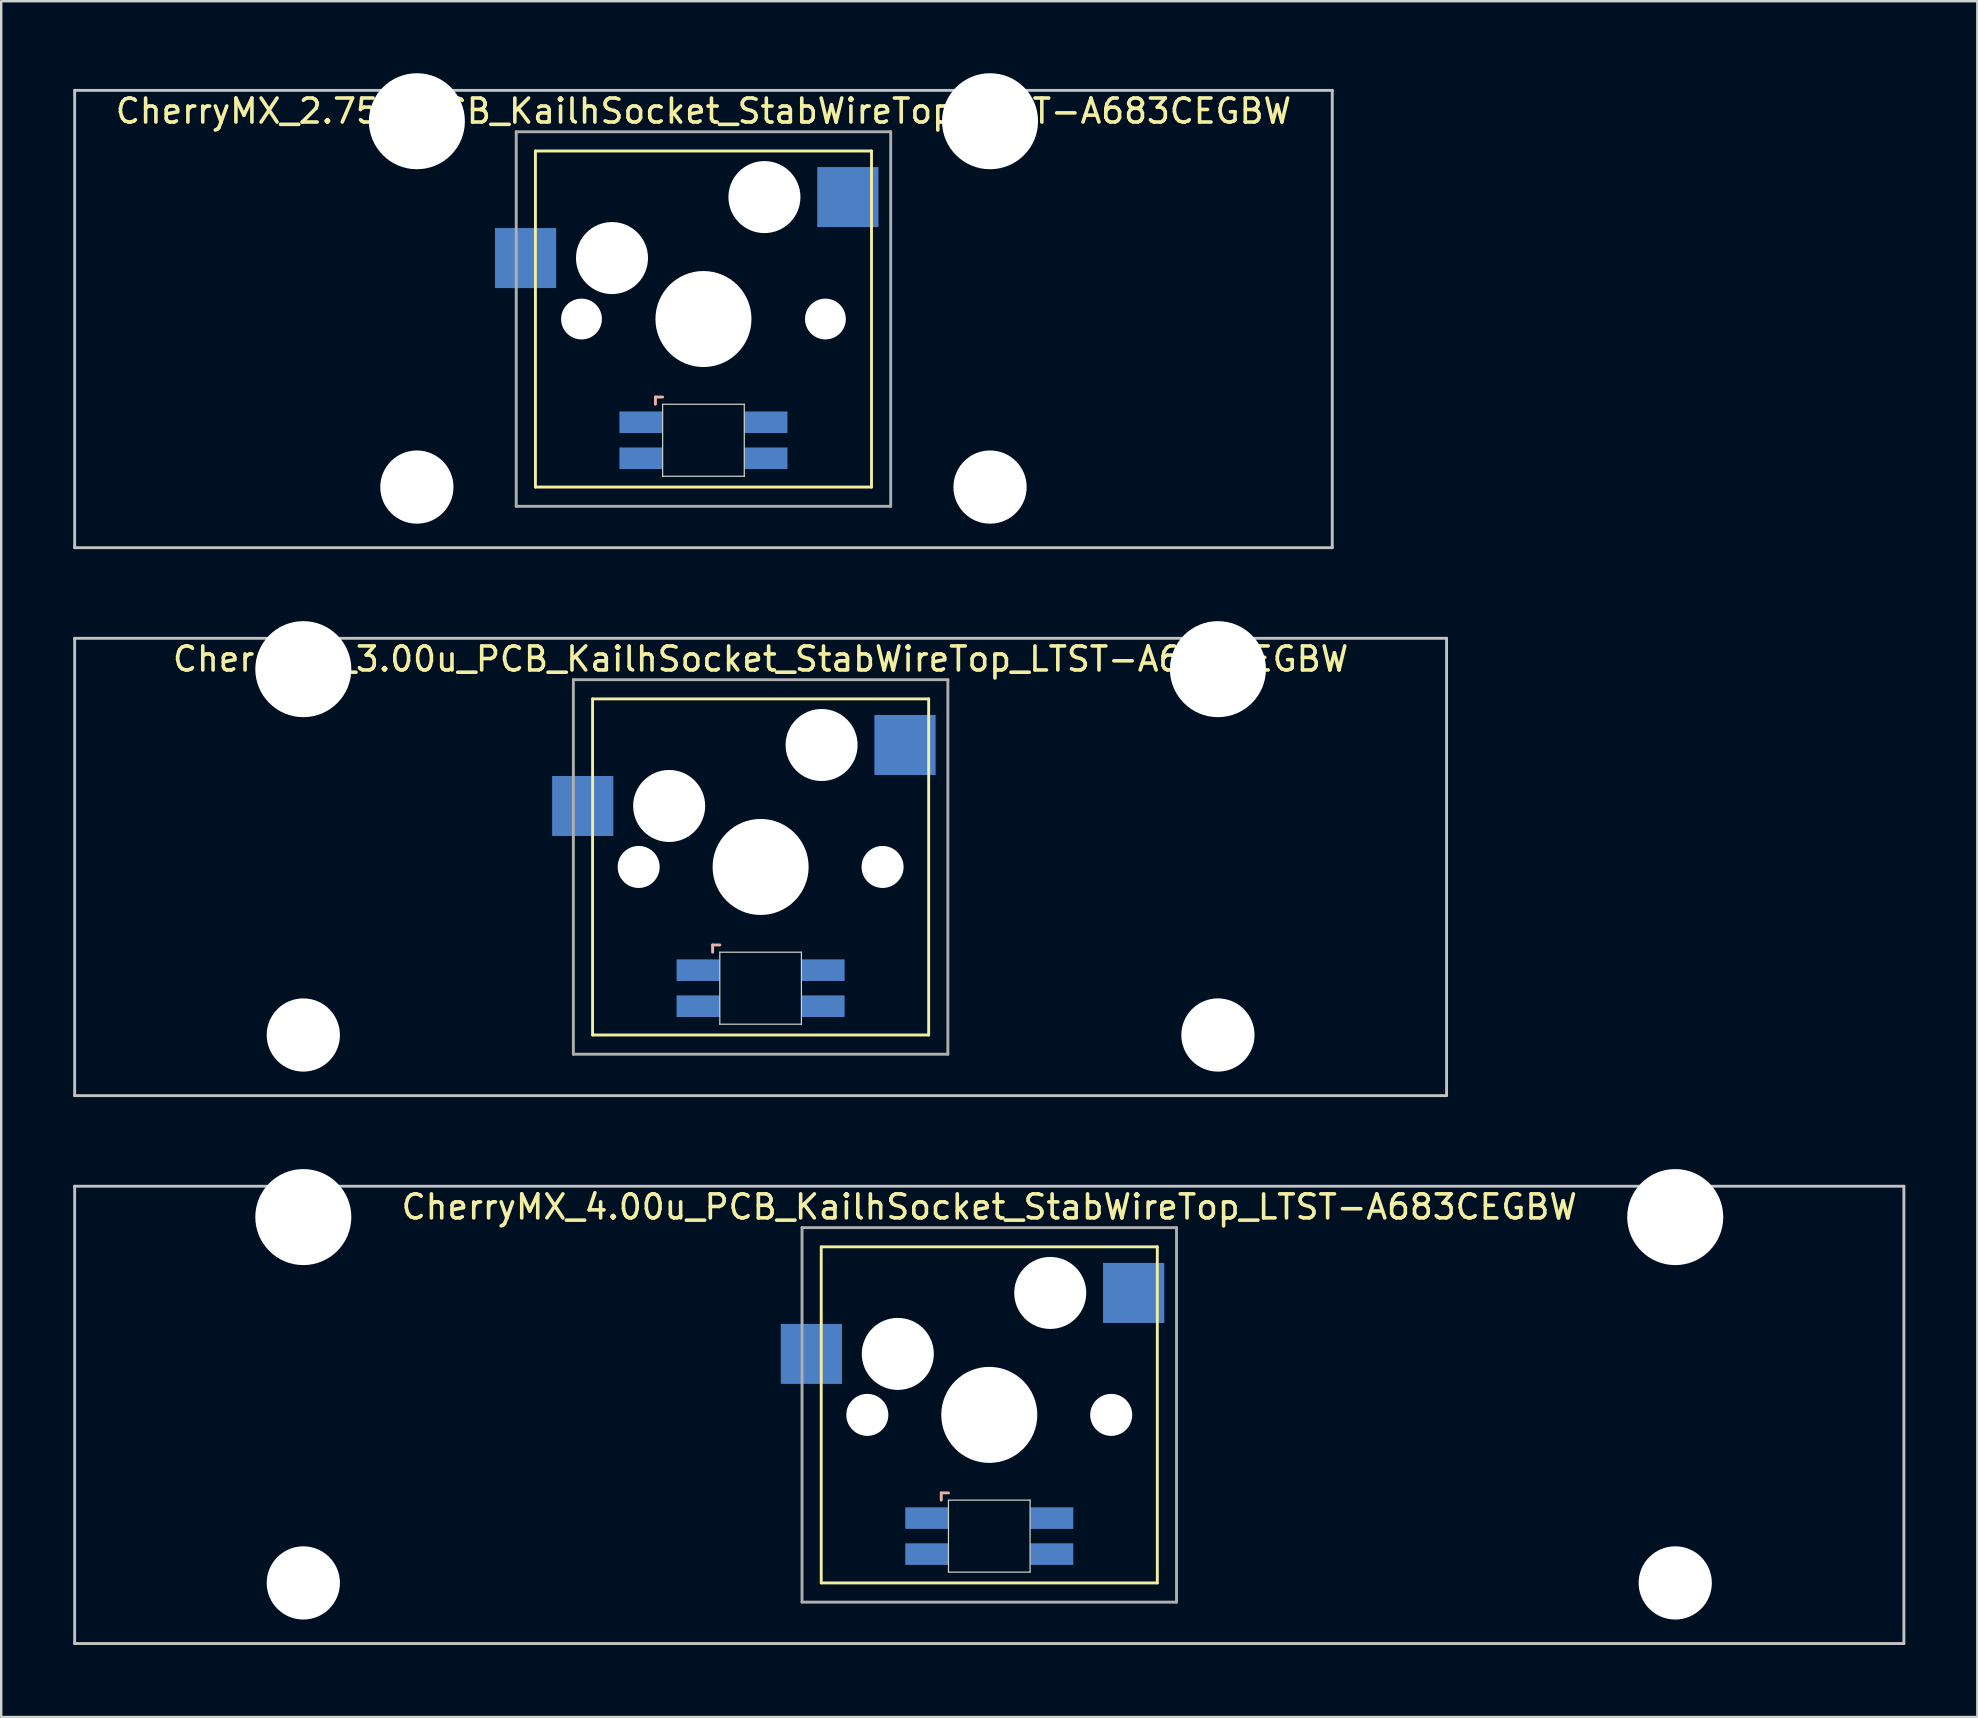
<source format=kicad_pcb>
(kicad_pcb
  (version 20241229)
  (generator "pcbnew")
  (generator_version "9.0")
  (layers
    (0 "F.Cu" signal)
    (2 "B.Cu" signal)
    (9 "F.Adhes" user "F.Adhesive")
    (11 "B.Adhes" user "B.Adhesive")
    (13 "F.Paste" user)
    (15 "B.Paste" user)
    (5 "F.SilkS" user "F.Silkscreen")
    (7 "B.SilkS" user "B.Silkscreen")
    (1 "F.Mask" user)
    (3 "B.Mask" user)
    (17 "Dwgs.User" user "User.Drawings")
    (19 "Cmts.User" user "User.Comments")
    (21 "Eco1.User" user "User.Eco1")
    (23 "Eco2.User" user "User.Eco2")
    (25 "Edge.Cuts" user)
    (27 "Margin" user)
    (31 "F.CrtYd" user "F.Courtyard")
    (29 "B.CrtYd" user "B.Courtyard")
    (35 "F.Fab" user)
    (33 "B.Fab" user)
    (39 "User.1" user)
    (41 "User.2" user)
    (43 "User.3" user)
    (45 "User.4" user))
  (footprint "CherryMX_2.75u_PCB_KailhSocket_StabWireTop_LTST-A683CEGBW"
    (layer "F.Cu")
    (at 26.254 10.24)
    (property "Reference" "CherryMX_2.75u_PCB_KailhSocket_StabWireTop_LTST-A683CEGBW" (at 0 -8.662 0) (layer "F.SilkS") (effects (font (size 1 1) (thickness 0.15))))
    (attr through_hole)
    (fp_line (start -7 -7) (end -7 7) (stroke (width 0.12) (type solid)) (layer "F.SilkS"))
    (fp_line (start -7 -7) (end 7 -7) (stroke (width 0.12) (type solid)) (layer "F.SilkS"))
    (fp_line (start 7 -7) (end 7 7) (stroke (width 0.12) (type solid)) (layer "F.SilkS"))
    (fp_line (start 7 7) (end -7 7) (stroke (width 0.12) (type solid)) (layer "F.SilkS"))
    (fp_line (start -2 3.25) (end -2 3.55) (stroke (width 0.12) (type solid)) (layer "B.SilkS"))
    (fp_line (start -1.7 3.25) (end -2 3.25) (stroke (width 0.12) (type solid)) (layer "B.SilkS"))
    (fp_line (start -26.194 -9.525) (end 26.194 -9.525) (stroke (width 0.12) (type solid)) (layer "Dwgs.User"))
    (fp_line (start -26.194 9.525) (end -26.194 -9.525) (stroke (width 0.12) (type solid)) (layer "Dwgs.User"))
    (fp_line (start 26.194 -9.525) (end 26.194 9.525) (stroke (width 0.12) (type solid)) (layer "Dwgs.User"))
    (fp_line (start 26.194 9.525) (end -26.194 9.525) (stroke (width 0.12) (type solid)) (layer "Dwgs.User"))
    (fp_line (start -1.7 3.55) (end 1.7 3.55) (stroke (width 0.05) (type solid)) (layer "Edge.Cuts"))
    (fp_line (start -1.7 6.55) (end -1.7 3.55) (stroke (width 0.05) (type solid)) (layer "Edge.Cuts"))
    (fp_line (start 1.7 3.55) (end 1.7 6.55) (stroke (width 0.05) (type solid)) (layer "Edge.Cuts"))
    (fp_line (start 1.7 6.55) (end -1.7 6.55) (stroke (width 0.05) (type solid)) (layer "Edge.Cuts"))
    (fp_line (start -7.8 -7.8) (end -7.8 7.8) (stroke (width 0.12) (type solid)) (layer "F.Fab"))
    (fp_line (start -7.8 -7.8) (end 7.8 -7.8) (stroke (width 0.12) (type solid)) (layer "F.Fab"))
    (fp_line (start -7.8 7.8) (end 7.8 7.8) (stroke (width 0.12) (type solid)) (layer "F.Fab"))
    (fp_line (start 7.8 -7.8) (end 7.8 7.8) (stroke (width 0.12) (type solid)) (layer "F.Fab"))
    (pad "" np_thru_hole circle (at -11.938 -8.24) (size 4 4) (drill 4) (layers "*.Cu" "*.Mask"))
    (pad "" np_thru_hole circle (at -11.938 7) (size 3.05 3.05) (drill 3.05) (layers "*.Cu" "*.Mask"))
    (pad "" np_thru_hole circle (at -5.08 0) (size 1.7 1.7) (drill 1.7) (layers "*.Cu" "*.Mask"))
    (pad "" np_thru_hole circle (at -3.81 -2.54) (size 3 3) (drill 3) (layers "*.Cu" "*.Mask"))
    (pad "" np_thru_hole circle (at 0 0) (size 4 4) (drill 4) (layers "*.Cu" "*.Mask"))
    (pad "" np_thru_hole circle (at 2.54 -5.08) (size 3 3) (drill 3) (layers "*.Cu" "*.Mask"))
    (pad "" np_thru_hole circle (at 5.08 0) (size 1.7 1.7) (drill 1.7) (layers "*.Cu" "*.Mask"))
    (pad "" np_thru_hole circle (at 11.938 -8.24) (size 4 4) (drill 4) (layers "*.Cu" "*.Mask"))
    (pad "" np_thru_hole circle (at 11.938 7) (size 3.05 3.05) (drill 3.05) (layers "*.Cu" "*.Mask"))
    (pad "1" smd rect (at -7.41 -2.54) (size 2.55 2.5) (layers "B.Cu" "B.Mask" "B.Paste"))
    (pad "2" smd rect (at 6.015 -5.08) (size 2.55 2.5) (layers "B.Cu" "B.Mask" "B.Paste"))
    (pad "3" smd rect (at -2.6 4.3) (size 1.8 0.9) (layers "B.Cu" "B.Mask" "B.Paste"))
    (pad "4" smd rect (at -2.6 5.8) (size 1.8 0.9) (layers "B.Cu" "B.Mask" "B.Paste"))
    (pad "5" smd rect (at 2.6 4.3) (size 1.8 0.9) (layers "B.Cu" "B.Mask" "B.Paste"))
    (pad "6" smd rect (at 2.6 5.8) (size 1.8 0.9) (layers "B.Cu" "B.Mask" "B.Paste")))
  (footprint "CherryMX_3.00u_PCB_KailhSocket_StabWireTop_LTST-A683CEGBW"
    (layer "F.Cu")
    (at 28.635 33.065)
    (property "Reference" "CherryMX_3.00u_PCB_KailhSocket_StabWireTop_LTST-A683CEGBW" (at 0 -8.662 0) (layer "F.SilkS") (effects (font (size 1 1) (thickness 0.15))))
    (attr through_hole)
    (fp_line (start -7 -7) (end -7 7) (stroke (width 0.12) (type solid)) (layer "F.SilkS"))
    (fp_line (start -7 -7) (end 7 -7) (stroke (width 0.12) (type solid)) (layer "F.SilkS"))
    (fp_line (start 7 -7) (end 7 7) (stroke (width 0.12) (type solid)) (layer "F.SilkS"))
    (fp_line (start 7 7) (end -7 7) (stroke (width 0.12) (type solid)) (layer "F.SilkS"))
    (fp_line (start -2 3.25) (end -2 3.55) (stroke (width 0.12) (type solid)) (layer "B.SilkS"))
    (fp_line (start -1.7 3.25) (end -2 3.25) (stroke (width 0.12) (type solid)) (layer "B.SilkS"))
    (fp_line (start -28.575 -9.525) (end 28.575 -9.525) (stroke (width 0.12) (type solid)) (layer "Dwgs.User"))
    (fp_line (start -28.575 9.525) (end -28.575 -9.525) (stroke (width 0.12) (type solid)) (layer "Dwgs.User"))
    (fp_line (start 28.575 -9.525) (end 28.575 9.525) (stroke (width 0.12) (type solid)) (layer "Dwgs.User"))
    (fp_line (start 28.575 9.525) (end -28.575 9.525) (stroke (width 0.12) (type solid)) (layer "Dwgs.User"))
    (fp_line (start -1.7 3.55) (end 1.7 3.55) (stroke (width 0.05) (type solid)) (layer "Edge.Cuts"))
    (fp_line (start -1.7 6.55) (end -1.7 3.55) (stroke (width 0.05) (type solid)) (layer "Edge.Cuts"))
    (fp_line (start 1.7 3.55) (end 1.7 6.55) (stroke (width 0.05) (type solid)) (layer "Edge.Cuts"))
    (fp_line (start 1.7 6.55) (end -1.7 6.55) (stroke (width 0.05) (type solid)) (layer "Edge.Cuts"))
    (fp_line (start -7.8 -7.8) (end -7.8 7.8) (stroke (width 0.12) (type solid)) (layer "F.Fab"))
    (fp_line (start -7.8 -7.8) (end 7.8 -7.8) (stroke (width 0.12) (type solid)) (layer "F.Fab"))
    (fp_line (start -7.8 7.8) (end 7.8 7.8) (stroke (width 0.12) (type solid)) (layer "F.Fab"))
    (fp_line (start 7.8 -7.8) (end 7.8 7.8) (stroke (width 0.12) (type solid)) (layer "F.Fab"))
    (pad "" np_thru_hole circle (at -19.05 -8.24) (size 4 4) (drill 4) (layers "*.Cu" "*.Mask"))
    (pad "" np_thru_hole circle (at -19.05 7) (size 3.05 3.05) (drill 3.05) (layers "*.Cu" "*.Mask"))
    (pad "" np_thru_hole circle (at -5.08 0) (size 1.75 1.75) (drill 1.75) (layers "*.Cu" "*.Mask"))
    (pad "" np_thru_hole circle (at -3.81 -2.54) (size 3 3) (drill 3) (layers "*.Cu" "*.Mask"))
    (pad "" np_thru_hole circle (at 0 0) (size 4 4) (drill 4) (layers "*.Cu" "*.Mask"))
    (pad "" np_thru_hole circle (at 2.54 -5.08) (size 3 3) (drill 3) (layers "*.Cu" "*.Mask"))
    (pad "" np_thru_hole circle (at 5.08 0) (size 1.75 1.75) (drill 1.75) (layers "*.Cu" "*.Mask"))
    (pad "" np_thru_hole circle (at 19.05 -8.24) (size 4 4) (drill 4) (layers "*.Cu" "*.Mask"))
    (pad "" np_thru_hole circle (at 19.05 7) (size 3.05 3.05) (drill 3.05) (layers "*.Cu" "*.Mask"))
    (pad "1" smd rect (at -7.41 -2.54) (size 2.55 2.5) (layers "B.Cu" "B.Mask" "B.Paste"))
    (pad "2" smd rect (at 6.015 -5.08) (size 2.55 2.5) (layers "B.Cu" "B.Mask" "B.Paste"))
    (pad "3" smd rect (at -2.6 4.3) (size 1.8 0.9) (layers "B.Cu" "B.Mask" "B.Paste"))
    (pad "4" smd rect (at -2.6 5.8) (size 1.8 0.9) (layers "B.Cu" "B.Mask" "B.Paste"))
    (pad "5" smd rect (at 2.6 4.3) (size 1.8 0.9) (layers "B.Cu" "B.Mask" "B.Paste"))
    (pad "6" smd rect (at 2.6 5.8) (size 1.8 0.9) (layers "B.Cu" "B.Mask" "B.Paste")))
  (footprint "CherryMX_4.00u_PCB_KailhSocket_StabWireTop_LTST-A683CEGBW"
    (layer "F.Cu")
    (at 38.16 55.89)
    (property "Reference" "CherryMX_4.00u_PCB_KailhSocket_StabWireTop_LTST-A683CEGBW" (at 0 -8.662 0) (layer "F.SilkS") (effects (font (size 1 1) (thickness 0.15))))
    (attr through_hole)
    (fp_line (start -7 -7) (end -7 7) (stroke (width 0.12) (type solid)) (layer "F.SilkS"))
    (fp_line (start -7 -7) (end 7 -7) (stroke (width 0.12) (type solid)) (layer "F.SilkS"))
    (fp_line (start 7 -7) (end 7 7) (stroke (width 0.12) (type solid)) (layer "F.SilkS"))
    (fp_line (start 7 7) (end -7 7) (stroke (width 0.12) (type solid)) (layer "F.SilkS"))
    (fp_line (start -2 3.25) (end -2 3.55) (stroke (width 0.12) (type solid)) (layer "B.SilkS"))
    (fp_line (start -1.7 3.25) (end -2 3.25) (stroke (width 0.12) (type solid)) (layer "B.SilkS"))
    (fp_line (start -38.1 -9.525) (end 38.1 -9.525) (stroke (width 0.12) (type solid)) (layer "Dwgs.User"))
    (fp_line (start -38.1 9.525) (end -38.1 -9.525) (stroke (width 0.12) (type solid)) (layer "Dwgs.User"))
    (fp_line (start 38.1 -9.525) (end 38.1 9.525) (stroke (width 0.12) (type solid)) (layer "Dwgs.User"))
    (fp_line (start 38.1 9.525) (end -38.1 9.525) (stroke (width 0.12) (type solid)) (layer "Dwgs.User"))
    (fp_line (start -1.7 3.55) (end 1.7 3.55) (stroke (width 0.05) (type solid)) (layer "Edge.Cuts"))
    (fp_line (start -1.7 6.55) (end -1.7 3.55) (stroke (width 0.05) (type solid)) (layer "Edge.Cuts"))
    (fp_line (start 1.7 3.55) (end 1.7 6.55) (stroke (width 0.05) (type solid)) (layer "Edge.Cuts"))
    (fp_line (start 1.7 6.55) (end -1.7 6.55) (stroke (width 0.05) (type solid)) (layer "Edge.Cuts"))
    (fp_line (start -7.8 -7.8) (end -7.8 7.8) (stroke (width 0.12) (type solid)) (layer "F.Fab"))
    (fp_line (start -7.8 -7.8) (end 7.8 -7.8) (stroke (width 0.12) (type solid)) (layer "F.Fab"))
    (fp_line (start -7.8 7.8) (end 7.8 7.8) (stroke (width 0.12) (type solid)) (layer "F.Fab"))
    (fp_line (start 7.8 -7.8) (end 7.8 7.8) (stroke (width 0.12) (type solid)) (layer "F.Fab"))
    (pad "" np_thru_hole circle (at -28.575 -8.24) (size 4 4) (drill 4) (layers "*.Cu" "*.Mask"))
    (pad "" np_thru_hole circle (at -28.575 7) (size 3.05 3.05) (drill 3.05) (layers "*.Cu" "*.Mask"))
    (pad "" np_thru_hole circle (at -5.08 0) (size 1.75 1.75) (drill 1.75) (layers "*.Cu" "*.Mask"))
    (pad "" np_thru_hole circle (at -3.81 -2.54) (size 3 3) (drill 3) (layers "*.Cu" "*.Mask"))
    (pad "" np_thru_hole circle (at 0 0) (size 4 4) (drill 4) (layers "*.Cu" "*.Mask"))
    (pad "" np_thru_hole circle (at 2.54 -5.08) (size 3 3) (drill 3) (layers "*.Cu" "*.Mask"))
    (pad "" np_thru_hole circle (at 5.08 0) (size 1.75 1.75) (drill 1.75) (layers "*.Cu" "*.Mask"))
    (pad "" np_thru_hole circle (at 28.575 -8.24) (size 4 4) (drill 4) (layers "*.Cu" "*.Mask"))
    (pad "" np_thru_hole circle (at 28.575 7) (size 3.05 3.05) (drill 3.05) (layers "*.Cu" "*.Mask"))
    (pad "1" smd rect (at -7.41 -2.54) (size 2.55 2.5) (layers "B.Cu" "B.Mask" "B.Paste"))
    (pad "2" smd rect (at 6.015 -5.08) (size 2.55 2.5) (layers "B.Cu" "B.Mask" "B.Paste"))
    (pad "3" smd rect (at -2.6 4.3) (size 1.8 0.9) (layers "B.Cu" "B.Mask" "B.Paste"))
    (pad "4" smd rect (at -2.6 5.8) (size 1.8 0.9) (layers "B.Cu" "B.Mask" "B.Paste"))
    (pad "5" smd rect (at 2.6 4.3) (size 1.8 0.9) (layers "B.Cu" "B.Mask" "B.Paste"))
    (pad "6" smd rect (at 2.6 5.8) (size 1.8 0.9) (layers "B.Cu" "B.Mask" "B.Paste")))
  (gr_rect
    (start -3 -3)
    (end 79.32 68.475)
    (stroke (width 0.1) (type default))
    (fill no)
    (layer "Edge.Cuts")))
</source>
